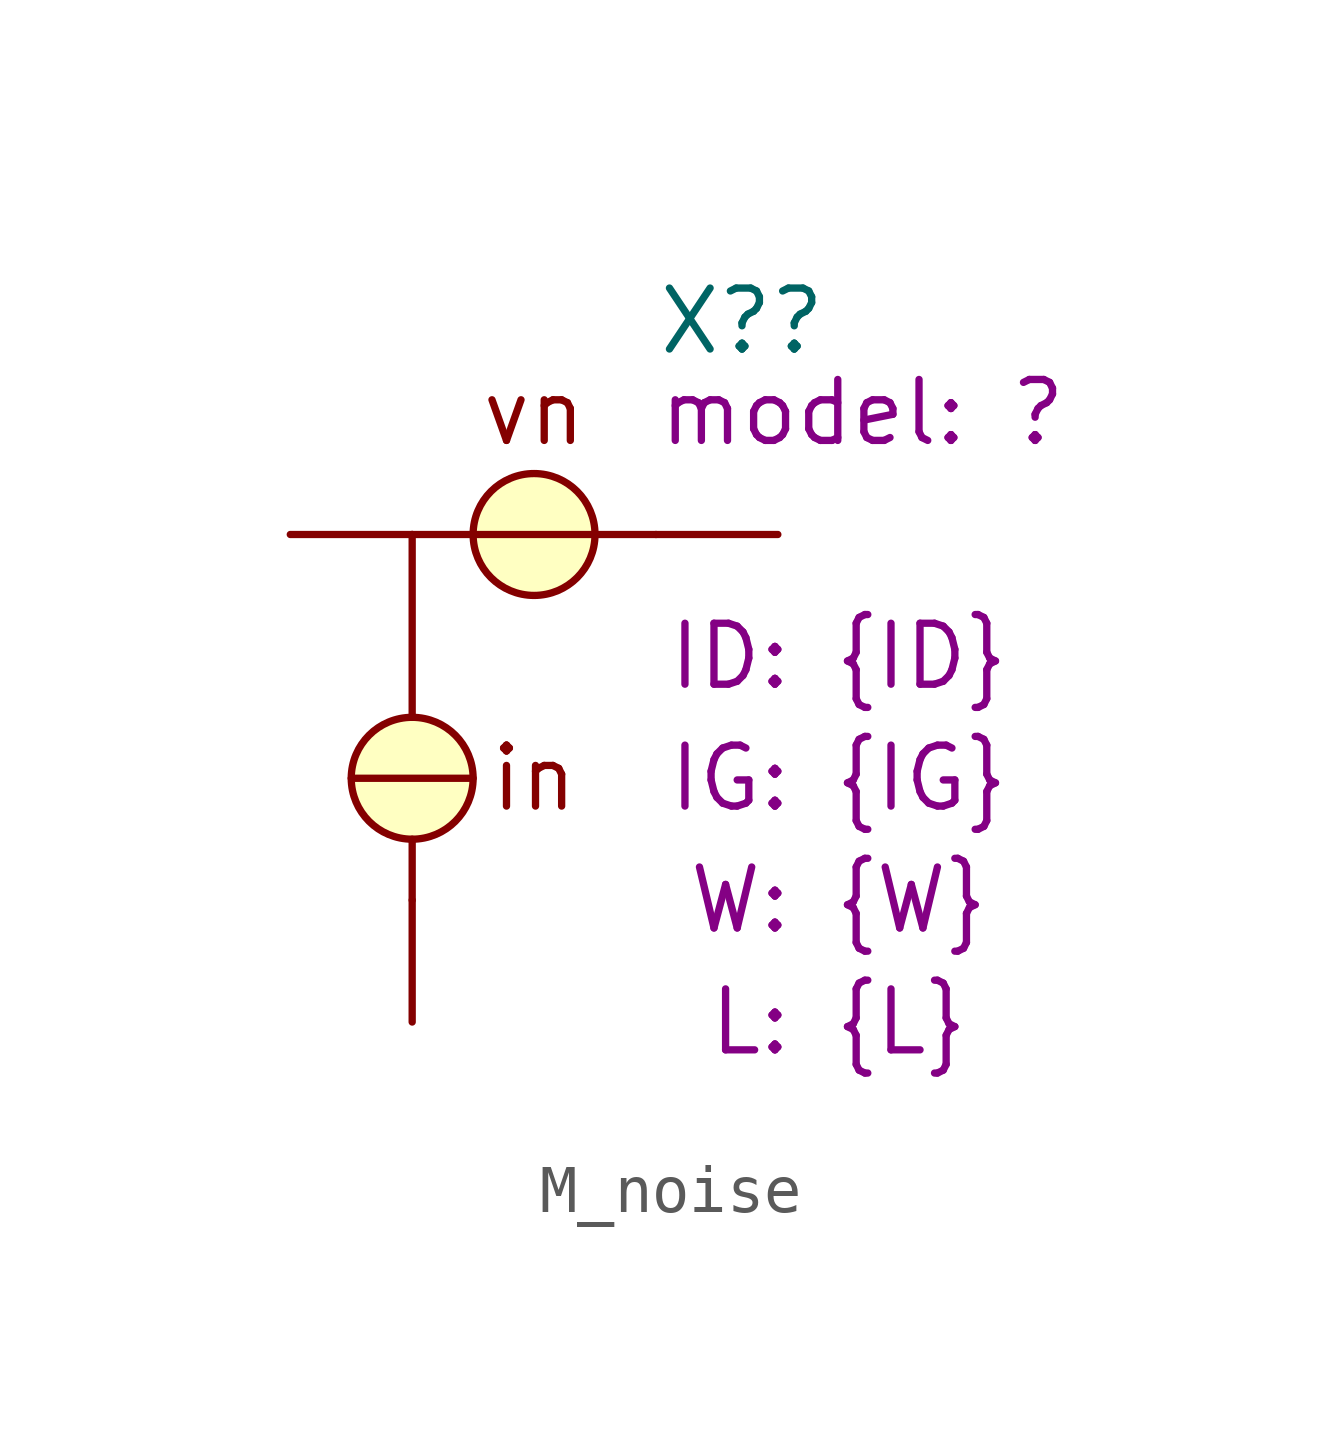
<source format=kicad_sym>
(kicad_symbol_lib
  (version 20231120)
  (generator "kicad_symbol_editor")
  (generator_version "8.0")
  (symbol "M_noise"
    (pin_numbers hide)
    (pin_names
      (offset 0) hide)
    (property "Reference" "X?"
      (at 2.54 9.525 0)
      (effects (font (size 1.27 1.27)) (justify left)))
    (property "Value" ""
      (at 2.54 7.62 0)
      (effects (font (size 1.27 1.27)) (justify left)))
    (property "ID" "{ID}"
      (at 6.35 2.54 0)
      (show_name)
      (effects (font (size 1.27 1.27))))
    (property "IG" "{IG}"
      (at 6.35 0 0)
      (show_name)
      (effects (font (size 1.27 1.27))))
    (property "W" "{W}"
      (at 6.35 -2.54 0)
      (show_name)
      (effects (font (size 1.27 1.27))))
    (property "L" "{L}"
      (at 6.35 -5.08 0)
      (show_name)
      (effects (font (size 1.27 1.27))))
    (property "model" "?"
      (at 2.54 7.62 0)
      (show_name)
      (effects (font (size 1.27 1.27)) (justify left)))
    (symbol "M_noise_0_0"
      (polyline (pts (xy -2.54 -1.27) (xy -2.54 -2.54)) (stroke (width 0) (type default)) (fill (type none)))
      (polyline (pts (xy -2.54 5.08) (xy -2.54 1.27)) (stroke (width 0) (type default)) (fill (type none)))
      (polyline (pts (xy -2.54 5.08) (xy 2.54 5.08)) (stroke (width 0) (type default)) (fill (type none))))
    (symbol "M_noise_0_1"
      (polyline (pts (xy -3.81 0) (xy -1.27 0)) (stroke (width 0) (type default)) (fill (type none))))
    (symbol "M_noise_1_0"
      (pin bidirectional line (at 5.08 5.08 180) (length 2.54) (name "int" (effects (font (size 1.27 1.27)))) (number "3" (effects (font (size 1.27 1.27))))))
    (symbol "M_noise_1_1"
      (circle (center -2.54 0) (radius 1.27) (stroke (width 0) (type default)) (fill (type background)))
      (circle (center 0 5.08) (radius 1.27) (stroke (width 0) (type default)) (fill (type background)))
      (text "in" (at 0 0 0) (effects (font (size 1.27 1.27))))
      (text "vn" (at 0 7.62 0) (effects (font (size 1.27 1.27))))
      (pin bidirectional line (at -5.08 5.08 0) (length 2.54) (name "ext" (effects (font (size 1.27 1.27)))) (number "1" (effects (font (size 1.27 1.27)))))
      (pin bidirectional line (at -2.54 -5.08 90) (length 2.54) (name "comm" (effects (font (size 1.27 1.27)))) (number "2" (effects (font (size 1.27 1.27))))))))
</source>
